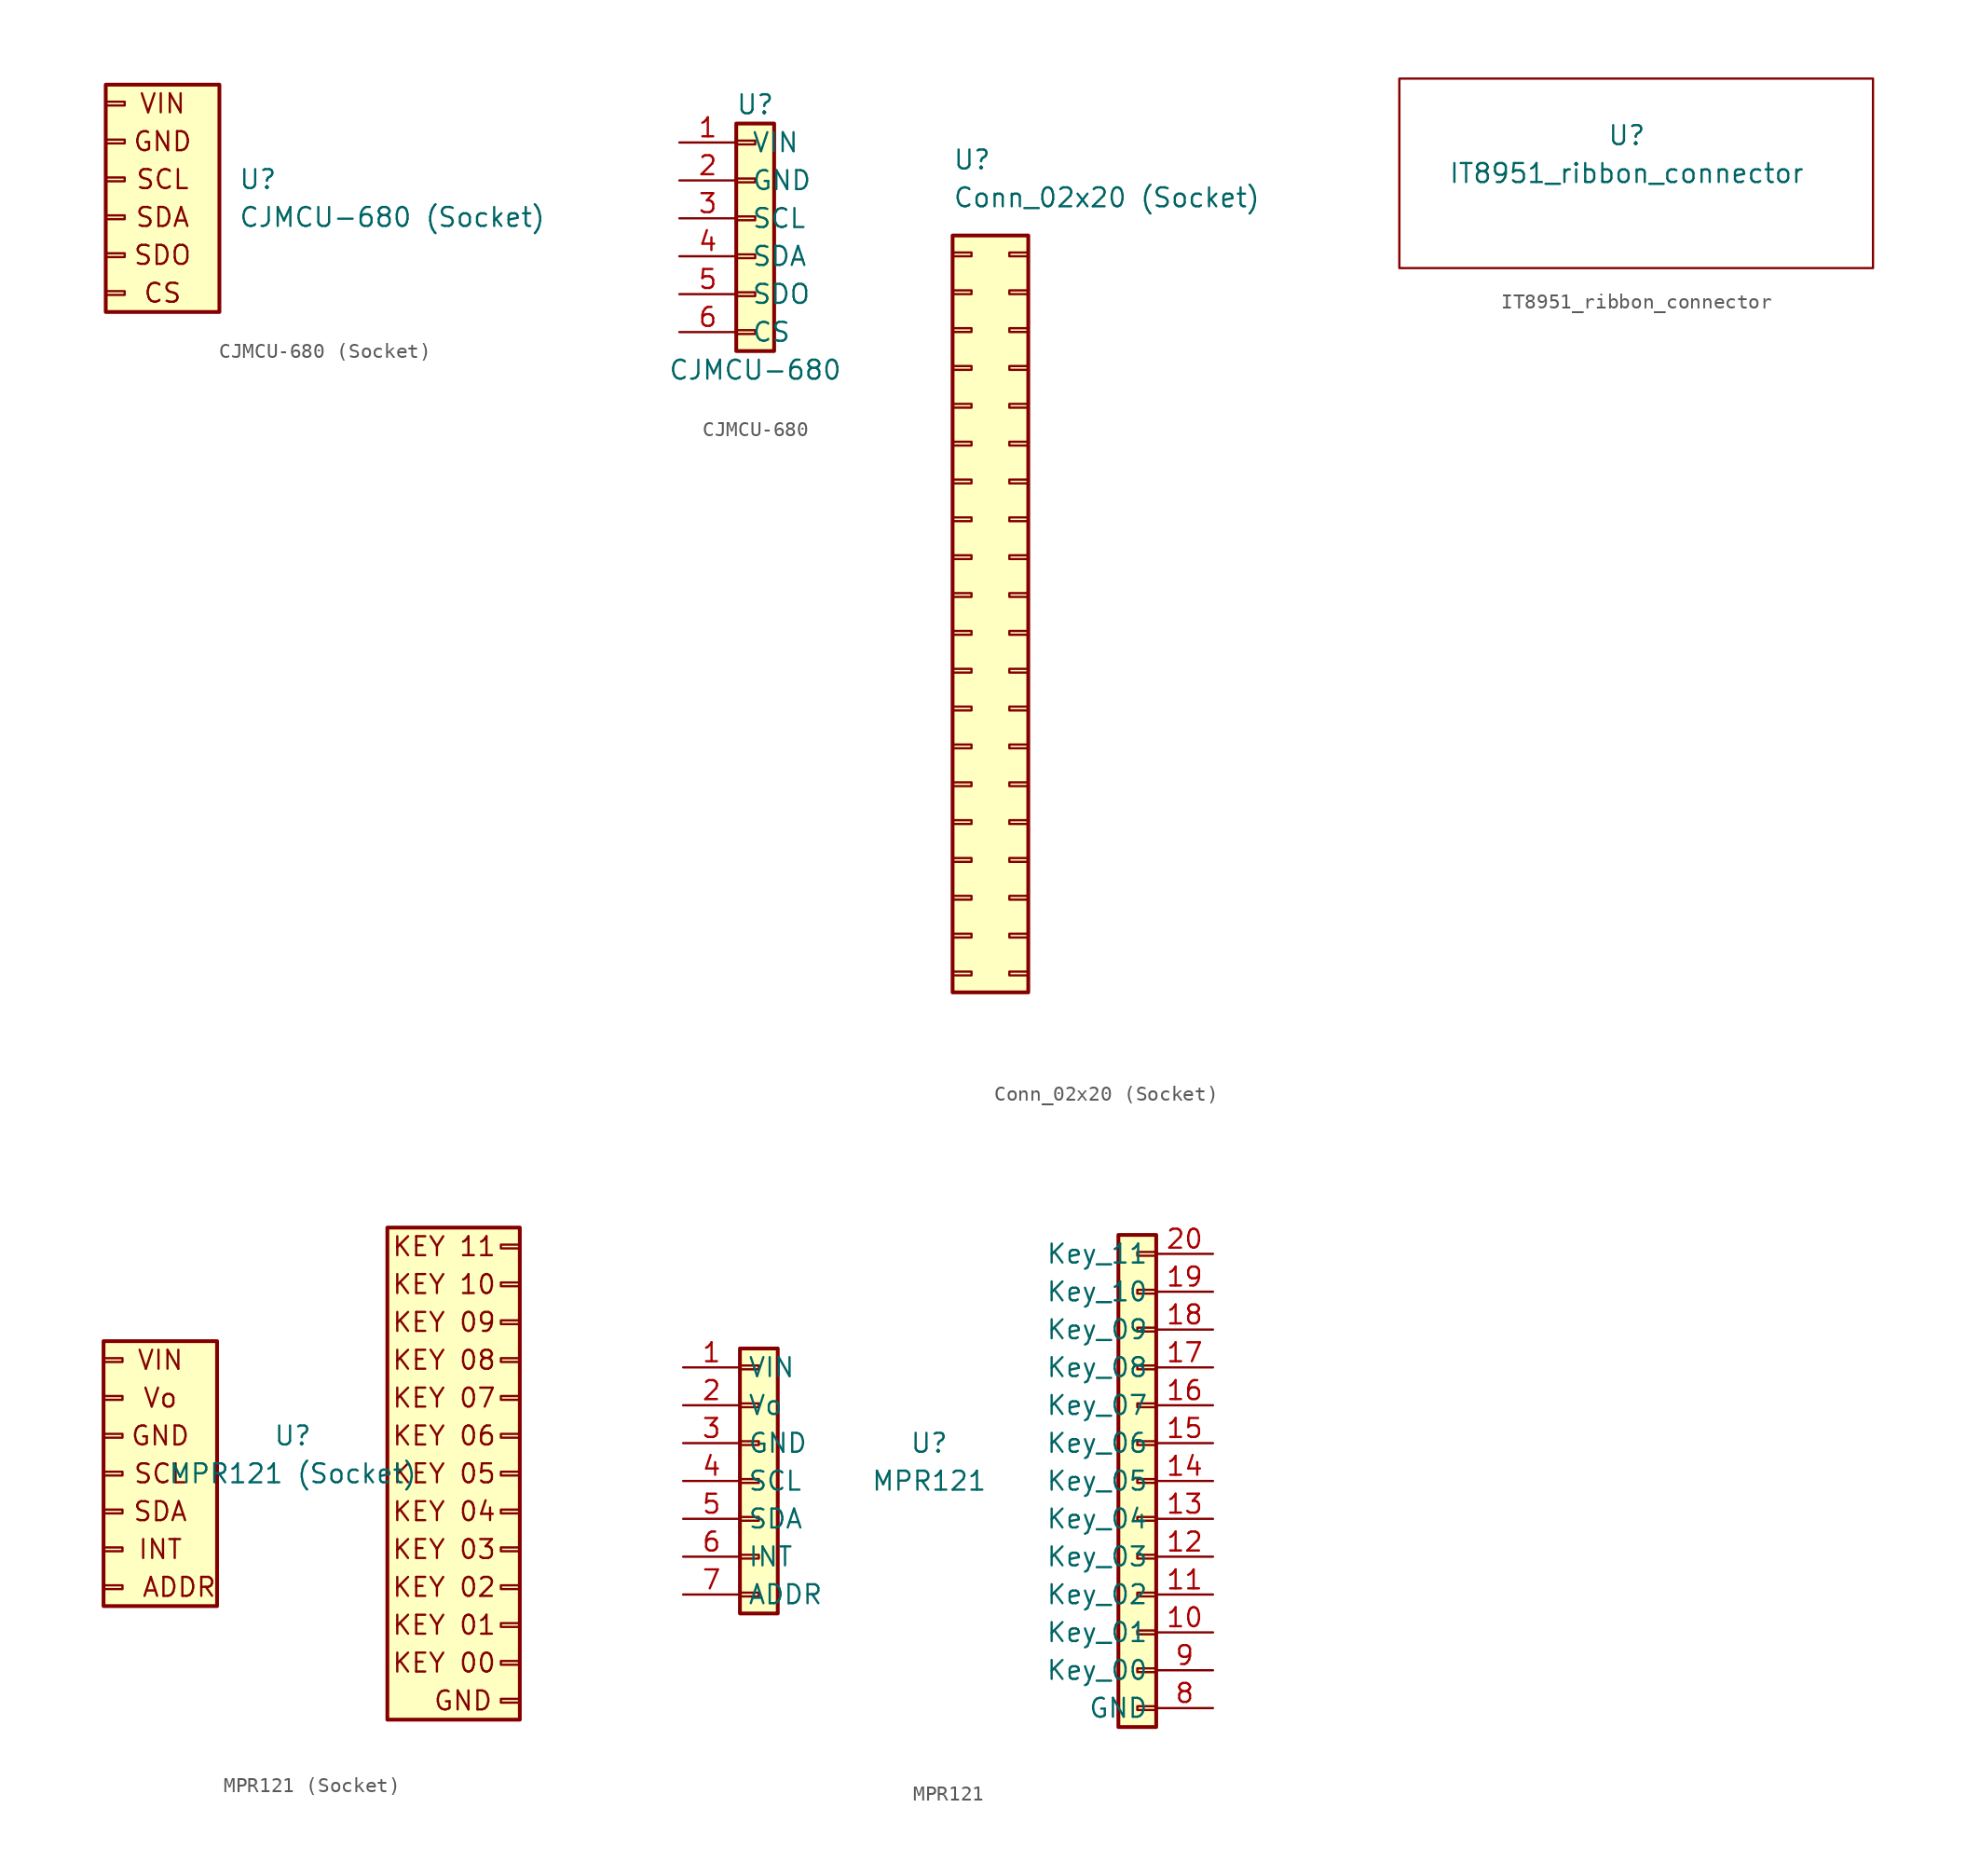
<source format=kicad_sym>
(kicad_symbol_lib
  (version 20211014)
  (generator kicad_symbol_editor)
  (symbol "CJMCU-680 (Socket)"
    (pin_names
      (offset 1.016) hide)
    (property "Reference" "U"
      (at 5.08 0.0001 0)
      (effects (font (size 1.27 1.27)) (justify left)))
    (property "Value" "CJMCU-680 (Socket)"
      (at 5.08 -2.54 0)
      (effects (font (size 1.27 1.27)) (justify left)))
    (symbol "CJMCU-680 (Socket)_0_0"
      (text "CS" (at 0 -7.62 0) (effects (font (size 1.27 1.27))))
      (text "GND" (at 0 2.54 0) (effects (font (size 1.27 1.27))))
      (text "SCL" (at 0 0 0) (effects (font (size 1.27 1.27))))
      (text "SDA" (at 0 -2.54 0) (effects (font (size 1.27 1.27))))
      (text "SDO" (at 0 -5.08 0) (effects (font (size 1.27 1.27))))
      (text "VIN" (at 0 5.08 0) (effects (font (size 1.27 1.27)))))
    (symbol "CJMCU-680 (Socket)_1_1"
      (rectangle (start -3.81 -7.493) (end -2.54 -7.747) (stroke (width 0.152) (type default) (color 0 0 0 0)) (fill (type none)))
      (rectangle (start -3.81 -4.953) (end -2.54 -5.207) (stroke (width 0.152) (type default) (color 0 0 0 0)) (fill (type none)))
      (rectangle (start -3.81 -2.413) (end -2.54 -2.667) (stroke (width 0.152) (type default) (color 0 0 0 0)) (fill (type none)))
      (rectangle (start -3.81 0.127) (end -2.54 -0.127) (stroke (width 0.152) (type default) (color 0 0 0 0)) (fill (type none)))
      (rectangle (start -3.81 2.667) (end -2.54 2.413) (stroke (width 0.152) (type default) (color 0 0 0 0)) (fill (type none)))
      (rectangle (start -3.81 5.207) (end -2.54 4.953) (stroke (width 0.152) (type default) (color 0 0 0 0)) (fill (type none)))
      (rectangle (start -3.81 6.35) (end 3.81 -8.89) (stroke (width 0.254) (type default) (color 0 0 0 0)) (fill (type background)))))
  (symbol "CJMCU-680"
    (pin_names
      (offset 1.016))
    (property "Reference" "U"
      (at 0 7.62 0)
      (effects (font (size 1.27 1.27))))
    (property "Value" "CJMCU-680"
      (at 0 -10.16 0)
      (effects (font (size 1.27 1.27))))
    (symbol "CJMCU-680_1_1"
      (rectangle (start -1.27 -7.493) (end 0 -7.747) (stroke (width 0.152) (type default) (color 0 0 0 0)) (fill (type none)))
      (rectangle (start -1.27 -4.953) (end 0 -5.207) (stroke (width 0.152) (type default) (color 0 0 0 0)) (fill (type none)))
      (rectangle (start -1.27 -2.413) (end 0 -2.667) (stroke (width 0.152) (type default) (color 0 0 0 0)) (fill (type none)))
      (rectangle (start -1.27 0.127) (end 0 -0.127) (stroke (width 0.152) (type default) (color 0 0 0 0)) (fill (type none)))
      (rectangle (start -1.27 2.667) (end 0 2.413) (stroke (width 0.152) (type default) (color 0 0 0 0)) (fill (type none)))
      (rectangle (start -1.27 5.207) (end 0 4.953) (stroke (width 0.152) (type default) (color 0 0 0 0)) (fill (type none)))
      (rectangle (start -1.27 6.35) (end 1.27 -8.89) (stroke (width 0.254) (type default) (color 0 0 0 0)) (fill (type background)))
      (pin passive line (at -5.08 5.08 0) (length 3.81) (name "VIN" (effects (font (size 1.27 1.27)))) (number "1" (effects (font (size 1.27 1.27)))))
      (pin passive line (at -5.08 2.54 0) (length 3.81) (name "GND" (effects (font (size 1.27 1.27)))) (number "2" (effects (font (size 1.27 1.27)))))
      (pin passive line (at -5.08 0 0) (length 3.81) (name "SCL" (effects (font (size 1.27 1.27)))) (number "3" (effects (font (size 1.27 1.27)))))
      (pin passive line (at -5.08 -2.54 0) (length 3.81) (name "SDA" (effects (font (size 1.27 1.27)))) (number "4" (effects (font (size 1.27 1.27)))))
      (pin passive line (at -5.08 -5.08 0) (length 3.81) (name "SDO" (effects (font (size 1.27 1.27)))) (number "5" (effects (font (size 1.27 1.27)))))
      (pin passive line (at -5.08 -7.62 0) (length 3.81) (name "CS" (effects (font (size 1.27 1.27)))) (number "6" (effects (font (size 1.27 1.27)))))))
  (symbol "Conn_02x20 (Socket)"
    (pin_names
      (offset 1.016) hide)
    (property "Reference" "U"
      (at -1.27 29.21 0)
      (effects (font (size 1.27 1.27)) (justify left)))
    (property "Value" "Conn_02x20 (Socket)"
      (at -1.27 26.67 0)
      (effects (font (size 1.27 1.27)) (justify left)))
    (symbol "Conn_02x20 (Socket)_1_1"
      (rectangle (start -1.27 -25.273) (end 0 -25.527) (stroke (width 0.152) (type default) (color 0 0 0 0)) (fill (type none)))
      (rectangle (start -1.27 -22.733) (end 0 -22.987) (stroke (width 0.152) (type default) (color 0 0 0 0)) (fill (type none)))
      (rectangle (start -1.27 -20.193) (end 0 -20.447) (stroke (width 0.152) (type default) (color 0 0 0 0)) (fill (type none)))
      (rectangle (start -1.27 -17.653) (end 0 -17.907) (stroke (width 0.152) (type default) (color 0 0 0 0)) (fill (type none)))
      (rectangle (start -1.27 -15.113) (end 0 -15.367) (stroke (width 0.152) (type default) (color 0 0 0 0)) (fill (type none)))
      (rectangle (start -1.27 -12.573) (end 0 -12.827) (stroke (width 0.152) (type default) (color 0 0 0 0)) (fill (type none)))
      (rectangle (start -1.27 -10.033) (end 0 -10.287) (stroke (width 0.152) (type default) (color 0 0 0 0)) (fill (type none)))
      (rectangle (start -1.27 -7.493) (end 0 -7.747) (stroke (width 0.152) (type default) (color 0 0 0 0)) (fill (type none)))
      (rectangle (start -1.27 -4.953) (end 0 -5.207) (stroke (width 0.152) (type default) (color 0 0 0 0)) (fill (type none)))
      (rectangle (start -1.27 -2.413) (end 0 -2.667) (stroke (width 0.152) (type default) (color 0 0 0 0)) (fill (type none)))
      (rectangle (start -1.27 0.127) (end 0 -0.127) (stroke (width 0.152) (type default) (color 0 0 0 0)) (fill (type none)))
      (rectangle (start -1.27 2.667) (end 0 2.413) (stroke (width 0.152) (type default) (color 0 0 0 0)) (fill (type none)))
      (rectangle (start -1.27 5.207) (end 0 4.953) (stroke (width 0.152) (type default) (color 0 0 0 0)) (fill (type none)))
      (rectangle (start -1.27 7.747) (end 0 7.493) (stroke (width 0.152) (type default) (color 0 0 0 0)) (fill (type none)))
      (rectangle (start -1.27 10.287) (end 0 10.033) (stroke (width 0.152) (type default) (color 0 0 0 0)) (fill (type none)))
      (rectangle (start -1.27 12.827) (end 0 12.573) (stroke (width 0.152) (type default) (color 0 0 0 0)) (fill (type none)))
      (rectangle (start -1.27 15.367) (end 0 15.113) (stroke (width 0.152) (type default) (color 0 0 0 0)) (fill (type none)))
      (rectangle (start -1.27 17.907) (end 0 17.653) (stroke (width 0.152) (type default) (color 0 0 0 0)) (fill (type none)))
      (rectangle (start -1.27 20.447) (end 0 20.193) (stroke (width 0.152) (type default) (color 0 0 0 0)) (fill (type none)))
      (rectangle (start -1.27 22.987) (end 0 22.733) (stroke (width 0.152) (type default) (color 0 0 0 0)) (fill (type none)))
      (rectangle (start -1.27 24.13) (end 3.81 -26.67) (stroke (width 0.254) (type default) (color 0 0 0 0)) (fill (type background)))
      (rectangle (start 3.81 -25.273) (end 2.54 -25.527) (stroke (width 0.152) (type default) (color 0 0 0 0)) (fill (type none)))
      (rectangle (start 3.81 -22.733) (end 2.54 -22.987) (stroke (width 0.152) (type default) (color 0 0 0 0)) (fill (type none)))
      (rectangle (start 3.81 -20.193) (end 2.54 -20.447) (stroke (width 0.152) (type default) (color 0 0 0 0)) (fill (type none)))
      (rectangle (start 3.81 -17.653) (end 2.54 -17.907) (stroke (width 0.152) (type default) (color 0 0 0 0)) (fill (type none)))
      (rectangle (start 3.81 -15.113) (end 2.54 -15.367) (stroke (width 0.152) (type default) (color 0 0 0 0)) (fill (type none)))
      (rectangle (start 3.81 -12.573) (end 2.54 -12.827) (stroke (width 0.152) (type default) (color 0 0 0 0)) (fill (type none)))
      (rectangle (start 3.81 -10.033) (end 2.54 -10.287) (stroke (width 0.152) (type default) (color 0 0 0 0)) (fill (type none)))
      (rectangle (start 3.81 -7.493) (end 2.54 -7.747) (stroke (width 0.152) (type default) (color 0 0 0 0)) (fill (type none)))
      (rectangle (start 3.81 -4.953) (end 2.54 -5.207) (stroke (width 0.152) (type default) (color 0 0 0 0)) (fill (type none)))
      (rectangle (start 3.81 -2.413) (end 2.54 -2.667) (stroke (width 0.152) (type default) (color 0 0 0 0)) (fill (type none)))
      (rectangle (start 3.81 0.127) (end 2.54 -0.127) (stroke (width 0.152) (type default) (color 0 0 0 0)) (fill (type none)))
      (rectangle (start 3.81 2.667) (end 2.54 2.413) (stroke (width 0.152) (type default) (color 0 0 0 0)) (fill (type none)))
      (rectangle (start 3.81 5.207) (end 2.54 4.953) (stroke (width 0.152) (type default) (color 0 0 0 0)) (fill (type none)))
      (rectangle (start 3.81 7.747) (end 2.54 7.493) (stroke (width 0.152) (type default) (color 0 0 0 0)) (fill (type none)))
      (rectangle (start 3.81 10.287) (end 2.54 10.033) (stroke (width 0.152) (type default) (color 0 0 0 0)) (fill (type none)))
      (rectangle (start 3.81 12.827) (end 2.54 12.573) (stroke (width 0.152) (type default) (color 0 0 0 0)) (fill (type none)))
      (rectangle (start 3.81 15.367) (end 2.54 15.113) (stroke (width 0.152) (type default) (color 0 0 0 0)) (fill (type none)))
      (rectangle (start 3.81 17.907) (end 2.54 17.653) (stroke (width 0.152) (type default) (color 0 0 0 0)) (fill (type none)))
      (rectangle (start 3.81 20.447) (end 2.54 20.193) (stroke (width 0.152) (type default) (color 0 0 0 0)) (fill (type none)))
      (rectangle (start 3.81 22.987) (end 2.54 22.733) (stroke (width 0.152) (type default) (color 0 0 0 0)) (fill (type none)))))
  (symbol "IT8951_ribbon_connector"
    (property "Reference" "U"
      (at 0 2.54 0)
      (effects (font (size 1.27 1.27))))
    (property "Value" "IT8951_ribbon_connector"
      (at 0 0 0)
      (effects (font (size 1.27 1.27))))
    (symbol "IT8951_ribbon_connector_0_1"
      (rectangle (start -15.24 6.35) (end 16.51 -6.35) (stroke (width 0) (type default) (color 0 0 0 0)) (fill (type none)))))
  (symbol "MPR121 (Socket)"
    (property "Reference" "U"
      (at 0 2.54 0)
      (effects (font (size 1.27 1.27))))
    (property "Value" "MPR121 (Socket)"
      (at 0 0 0)
      (effects (font (size 1.27 1.27))))
    (symbol "MPR121 (Socket)_0_0"
      (text "ADDR" (at -7.62 -7.62 0) (effects (font (size 1.27 1.27))))
      (text "GND" (at -8.89 2.54 0) (effects (font (size 1.27 1.27))))
      (text "GND" (at 11.43 -15.24 0) (effects (font (size 1.27 1.27))))
      (text "INT" (at -8.89 -5.08 0) (effects (font (size 1.27 1.27))))
      (text "KEY 00" (at 10.16 -12.7 0) (effects (font (size 1.27 1.27))))
      (text "KEY 01" (at 10.16 -10.16 0) (effects (font (size 1.27 1.27))))
      (text "KEY 02" (at 10.16 -7.62 0) (effects (font (size 1.27 1.27))))
      (text "KEY 03" (at 10.16 -5.08 0) (effects (font (size 1.27 1.27))))
      (text "KEY 04" (at 10.16 -2.54 0) (effects (font (size 1.27 1.27))))
      (text "KEY 05" (at 10.16 0 0) (effects (font (size 1.27 1.27))))
      (text "KEY 06" (at 10.16 2.54 0) (effects (font (size 1.27 1.27))))
      (text "KEY 07" (at 10.16 5.08 0) (effects (font (size 1.27 1.27))))
      (text "KEY 08" (at 10.16 7.62 0) (effects (font (size 1.27 1.27))))
      (text "KEY 09" (at 10.16 10.16 0) (effects (font (size 1.27 1.27))))
      (text "KEY 10" (at 10.16 12.7 0) (effects (font (size 1.27 1.27))))
      (text "KEY 11" (at 10.16 15.24 0) (effects (font (size 1.27 1.27))))
      (text "SCL" (at -8.89 0 0) (effects (font (size 1.27 1.27))))
      (text "SDA" (at -8.89 -2.54 0) (effects (font (size 1.27 1.27))))
      (text "VIN" (at -8.89 7.62 0) (effects (font (size 1.27 1.27))))
      (text "Vo" (at -8.89 5.08 0) (effects (font (size 1.27 1.27)))))
    (symbol "MPR121 (Socket)_1_1"
      (rectangle (start -12.7 -7.493) (end -11.43 -7.747) (stroke (width 0.152) (type default) (color 0 0 0 0)) (fill (type none)))
      (rectangle (start -12.7 -4.953) (end -11.43 -5.207) (stroke (width 0.152) (type default) (color 0 0 0 0)) (fill (type none)))
      (rectangle (start -12.7 -2.413) (end -11.43 -2.667) (stroke (width 0.152) (type default) (color 0 0 0 0)) (fill (type none)))
      (rectangle (start -12.7 0.127) (end -11.43 -0.127) (stroke (width 0.152) (type default) (color 0 0 0 0)) (fill (type none)))
      (rectangle (start -12.7 2.667) (end -11.43 2.413) (stroke (width 0.152) (type default) (color 0 0 0 0)) (fill (type none)))
      (rectangle (start -12.7 5.207) (end -11.43 4.953) (stroke (width 0.152) (type default) (color 0 0 0 0)) (fill (type none)))
      (rectangle (start -12.7 7.747) (end -11.43 7.493) (stroke (width 0.152) (type default) (color 0 0 0 0)) (fill (type none)))
      (rectangle (start -12.7 8.89) (end -5.08 -8.89) (stroke (width 0.254) (type default) (color 0 0 0 0)) (fill (type background)))
      (rectangle (start 6.35 16.51) (end 15.24 -16.51) (stroke (width 0.254) (type default) (color 0 0 0 0)) (fill (type background)))
      (rectangle (start 13.97 -15.367) (end 15.24 -15.113) (stroke (width 0.152) (type default) (color 0 0 0 0)) (fill (type none)))
      (rectangle (start 13.97 -12.827) (end 15.24 -12.573) (stroke (width 0.152) (type default) (color 0 0 0 0)) (fill (type none)))
      (rectangle (start 13.97 -10.287) (end 15.24 -10.033) (stroke (width 0.152) (type default) (color 0 0 0 0)) (fill (type none)))
      (rectangle (start 13.97 -7.747) (end 15.24 -7.493) (stroke (width 0.152) (type default) (color 0 0 0 0)) (fill (type none)))
      (rectangle (start 13.97 -5.207) (end 15.24 -4.953) (stroke (width 0.152) (type default) (color 0 0 0 0)) (fill (type none)))
      (rectangle (start 13.97 -2.667) (end 15.24 -2.413) (stroke (width 0.152) (type default) (color 0 0 0 0)) (fill (type none)))
      (rectangle (start 13.97 -0.127) (end 15.24 0.127) (stroke (width 0.152) (type default) (color 0 0 0 0)) (fill (type none)))
      (rectangle (start 13.97 2.413) (end 15.24 2.667) (stroke (width 0.152) (type default) (color 0 0 0 0)) (fill (type none)))
      (rectangle (start 13.97 4.953) (end 15.24 5.207) (stroke (width 0.152) (type default) (color 0 0 0 0)) (fill (type none)))
      (rectangle (start 13.97 7.493) (end 15.24 7.747) (stroke (width 0.152) (type default) (color 0 0 0 0)) (fill (type none)))
      (rectangle (start 13.97 10.033) (end 15.24 10.287) (stroke (width 0.152) (type default) (color 0 0 0 0)) (fill (type none)))
      (rectangle (start 13.97 12.573) (end 15.24 12.827) (stroke (width 0.152) (type default) (color 0 0 0 0)) (fill (type none)))
      (rectangle (start 13.97 15.113) (end 15.24 15.367) (stroke (width 0.152) (type default) (color 0 0 0 0)) (fill (type none)))))
  (symbol "MPR121"
    (property "Reference" "U"
      (at 0 2.54 0)
      (effects (font (size 1.27 1.27))))
    (property "Value" "MPR121"
      (at 0 0 0)
      (effects (font (size 1.27 1.27))))
    (symbol "MPR121_1_1"
      (rectangle (start -12.7 -7.493) (end -11.43 -7.747) (stroke (width 0.152) (type default) (color 0 0 0 0)) (fill (type none)))
      (rectangle (start -12.7 -4.953) (end -11.43 -5.207) (stroke (width 0.152) (type default) (color 0 0 0 0)) (fill (type none)))
      (rectangle (start -12.7 -2.413) (end -11.43 -2.667) (stroke (width 0.152) (type default) (color 0 0 0 0)) (fill (type none)))
      (rectangle (start -12.7 0.127) (end -11.43 -0.127) (stroke (width 0.152) (type default) (color 0 0 0 0)) (fill (type none)))
      (rectangle (start -12.7 2.667) (end -11.43 2.413) (stroke (width 0.152) (type default) (color 0 0 0 0)) (fill (type none)))
      (rectangle (start -12.7 5.207) (end -11.43 4.953) (stroke (width 0.152) (type default) (color 0 0 0 0)) (fill (type none)))
      (rectangle (start -12.7 7.747) (end -11.43 7.493) (stroke (width 0.152) (type default) (color 0 0 0 0)) (fill (type none)))
      (rectangle (start -12.7 8.89) (end -10.16 -8.89) (stroke (width 0.254) (type default) (color 0 0 0 0)) (fill (type background)))
      (rectangle (start 15.24 -16.51) (end 12.7 16.51) (stroke (width 0.254) (type default) (color 0 0 0 0)) (fill (type background)))
      (rectangle (start 15.24 -15.367) (end 13.97 -15.113) (stroke (width 0.152) (type default) (color 0 0 0 0)) (fill (type none)))
      (rectangle (start 15.24 -12.827) (end 13.97 -12.573) (stroke (width 0.152) (type default) (color 0 0 0 0)) (fill (type none)))
      (rectangle (start 15.24 -10.287) (end 13.97 -10.033) (stroke (width 0.152) (type default) (color 0 0 0 0)) (fill (type none)))
      (rectangle (start 15.24 -7.747) (end 13.97 -7.493) (stroke (width 0.152) (type default) (color 0 0 0 0)) (fill (type none)))
      (rectangle (start 15.24 -5.207) (end 13.97 -4.953) (stroke (width 0.152) (type default) (color 0 0 0 0)) (fill (type none)))
      (rectangle (start 15.24 -2.667) (end 13.97 -2.413) (stroke (width 0.152) (type default) (color 0 0 0 0)) (fill (type none)))
      (rectangle (start 15.24 -0.127) (end 13.97 0.127) (stroke (width 0.152) (type default) (color 0 0 0 0)) (fill (type none)))
      (rectangle (start 15.24 2.413) (end 13.97 2.667) (stroke (width 0.152) (type default) (color 0 0 0 0)) (fill (type none)))
      (rectangle (start 15.24 4.953) (end 13.97 5.207) (stroke (width 0.152) (type default) (color 0 0 0 0)) (fill (type none)))
      (rectangle (start 15.24 7.493) (end 13.97 7.747) (stroke (width 0.152) (type default) (color 0 0 0 0)) (fill (type none)))
      (rectangle (start 15.24 10.033) (end 13.97 10.287) (stroke (width 0.152) (type default) (color 0 0 0 0)) (fill (type none)))
      (rectangle (start 15.24 12.573) (end 13.97 12.827) (stroke (width 0.152) (type default) (color 0 0 0 0)) (fill (type none)))
      (rectangle (start 15.24 15.113) (end 13.97 15.367) (stroke (width 0.152) (type default) (color 0 0 0 0)) (fill (type none)))
      (pin passive line (at -16.51 7.62 0) (length 3.81) (name "VIN" (effects (font (size 1.27 1.27)))) (number "1" (effects (font (size 1.27 1.27)))))
      (pin passive line (at 19.05 -10.16 180) (length 3.81) (name "Key_01" (effects (font (size 1.27 1.27)))) (number "10" (effects (font (size 1.27 1.27)))))
      (pin passive line (at 19.05 -7.62 180) (length 3.81) (name "Key_02" (effects (font (size 1.27 1.27)))) (number "11" (effects (font (size 1.27 1.27)))))
      (pin passive line (at 19.05 -5.08 180) (length 3.81) (name "Key_03" (effects (font (size 1.27 1.27)))) (number "12" (effects (font (size 1.27 1.27)))))
      (pin passive line (at 19.05 -2.54 180) (length 3.81) (name "Key_04" (effects (font (size 1.27 1.27)))) (number "13" (effects (font (size 1.27 1.27)))))
      (pin passive line (at 19.05 0 180) (length 3.81) (name "Key_05" (effects (font (size 1.27 1.27)))) (number "14" (effects (font (size 1.27 1.27)))))
      (pin passive line (at 19.05 2.54 180) (length 3.81) (name "Key_06" (effects (font (size 1.27 1.27)))) (number "15" (effects (font (size 1.27 1.27)))))
      (pin passive line (at 19.05 5.08 180) (length 3.81) (name "Key_07" (effects (font (size 1.27 1.27)))) (number "16" (effects (font (size 1.27 1.27)))))
      (pin passive line (at 19.05 7.62 180) (length 3.81) (name "Key_08" (effects (font (size 1.27 1.27)))) (number "17" (effects (font (size 1.27 1.27)))))
      (pin passive line (at 19.05 10.16 180) (length 3.81) (name "Key_09" (effects (font (size 1.27 1.27)))) (number "18" (effects (font (size 1.27 1.27)))))
      (pin passive line (at 19.05 12.7 180) (length 3.81) (name "Key_10" (effects (font (size 1.27 1.27)))) (number "19" (effects (font (size 1.27 1.27)))))
      (pin passive line (at -16.51 5.08 0) (length 3.81) (name "Vo" (effects (font (size 1.27 1.27)))) (number "2" (effects (font (size 1.27 1.27)))))
      (pin passive line (at 19.05 15.24 180) (length 3.81) (name "Key_11" (effects (font (size 1.27 1.27)))) (number "20" (effects (font (size 1.27 1.27)))))
      (pin passive line (at -16.51 2.54 0) (length 3.81) (name "GND" (effects (font (size 1.27 1.27)))) (number "3" (effects (font (size 1.27 1.27)))))
      (pin passive line (at -16.51 0 0) (length 3.81) (name "SCL" (effects (font (size 1.27 1.27)))) (number "4" (effects (font (size 1.27 1.27)))))
      (pin passive line (at -16.51 -2.54 0) (length 3.81) (name "SDA" (effects (font (size 1.27 1.27)))) (number "5" (effects (font (size 1.27 1.27)))))
      (pin passive line (at -16.51 -5.08 0) (length 3.81) (name "INT" (effects (font (size 1.27 1.27)))) (number "6" (effects (font (size 1.27 1.27)))))
      (pin passive line (at -16.51 -7.62 0) (length 3.81) (name "ADDR" (effects (font (size 1.27 1.27)))) (number "7" (effects (font (size 1.27 1.27)))))
      (pin passive line (at 19.05 -15.24 180) (length 3.81) (name "GND" (effects (font (size 1.27 1.27)))) (number "8" (effects (font (size 1.27 1.27)))))
      (pin passive line (at 19.05 -12.7 180) (length 3.81) (name "Key_00" (effects (font (size 1.27 1.27)))) (number "9" (effects (font (size 1.27 1.27))))))))
</source>
